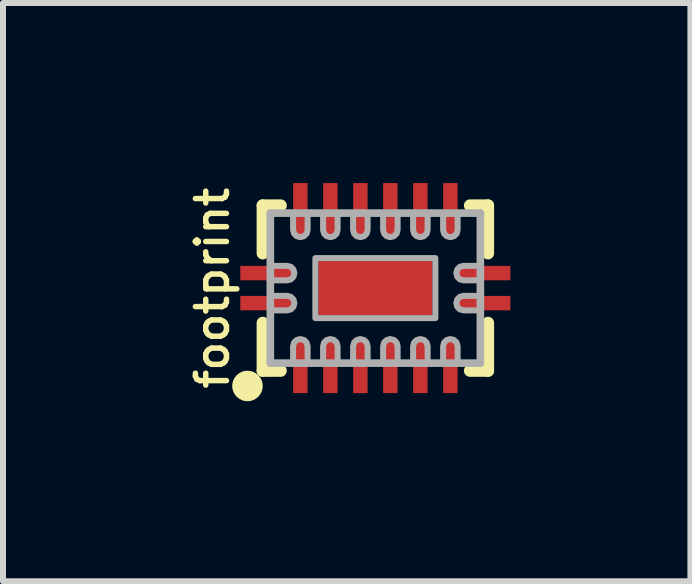
<source format=kicad_pcb>
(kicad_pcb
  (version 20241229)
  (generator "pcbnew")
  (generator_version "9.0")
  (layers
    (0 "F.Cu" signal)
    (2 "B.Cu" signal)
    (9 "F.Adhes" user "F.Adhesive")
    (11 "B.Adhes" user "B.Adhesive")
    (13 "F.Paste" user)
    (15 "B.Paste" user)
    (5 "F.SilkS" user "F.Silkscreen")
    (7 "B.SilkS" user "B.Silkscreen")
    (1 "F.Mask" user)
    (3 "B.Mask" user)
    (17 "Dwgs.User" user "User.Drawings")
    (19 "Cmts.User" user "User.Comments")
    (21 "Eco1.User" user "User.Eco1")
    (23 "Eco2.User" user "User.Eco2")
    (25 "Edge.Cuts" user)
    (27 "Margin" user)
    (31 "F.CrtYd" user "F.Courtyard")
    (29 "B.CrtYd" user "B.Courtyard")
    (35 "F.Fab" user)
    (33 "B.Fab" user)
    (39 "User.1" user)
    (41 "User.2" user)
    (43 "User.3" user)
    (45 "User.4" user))
  (footprint "footprint"
    (layer "F.Cu")
    (at 3.205 1.751)
    (property "Reference" "footprint" (at -2.413 0 90) (layer "F.SilkS") (effects (font (size 0.518 0.518) (thickness 0.091)) (justify bottom)))
    (fp_line (start -1.877 -1.377) (end -1.877 -0.579) (stroke (width 0.203) (type solid)) (layer "F.SilkS"))
    (fp_line (start -1.877 0.579) (end -1.877 1.377) (stroke (width 0.203) (type solid)) (layer "F.SilkS"))
    (fp_line (start -1.877 1.377) (end -1.577 1.377) (stroke (width 0.203) (type solid)) (layer "F.SilkS"))
    (fp_line (start -1.577 -1.377) (end -1.877 -1.377) (stroke (width 0.203) (type solid)) (layer "F.SilkS"))
    (fp_line (start 1.577 1.377) (end 1.877 1.377) (stroke (width 0.203) (type solid)) (layer "F.SilkS"))
    (fp_line (start 1.877 -1.377) (end 1.577 -1.377) (stroke (width 0.203) (type solid)) (layer "F.SilkS"))
    (fp_line (start 1.877 -0.579) (end 1.877 -1.377) (stroke (width 0.203) (type solid)) (layer "F.SilkS"))
    (fp_line (start 1.877 1.377) (end 1.877 0.579) (stroke (width 0.203) (type solid)) (layer "F.SilkS"))
    (fp_circle (center -2.131 1.631) (end -2.004 1.631) (stroke (width 0.254) (type solid)) (fill yes) (layer "F.SilkS"))
    (fp_poly (pts (xy -1.375 -0.345) (xy -2.225 -0.345) (xy -2.225 -0.155) (xy -1.375 -0.155)) (stroke (width 0) (type solid)) (fill yes) (layer "F.Paste"))
    (fp_poly (pts (xy -1.375 0.155) (xy -2.225 0.155) (xy -2.225 0.345) (xy -1.375 0.345)) (stroke (width 0) (type solid)) (fill yes) (layer "F.Paste"))
    (fp_poly (pts (xy -1.345 0.875) (xy -1.345 1.725) (xy -1.155 1.725) (xy -1.155 0.875)) (stroke (width 0) (type solid)) (fill yes) (layer "F.Paste"))
    (fp_poly (pts (xy -1.155 -0.875) (xy -1.155 -1.725) (xy -1.345 -1.725) (xy -1.345 -0.875)) (stroke (width 0) (type solid)) (fill yes) (layer "F.Paste"))
    (fp_poly (pts (xy -0.845 0.875) (xy -0.845 1.725) (xy -0.655 1.725) (xy -0.655 0.875)) (stroke (width 0) (type solid)) (fill yes) (layer "F.Paste"))
    (fp_poly (pts (xy -0.655 -0.875) (xy -0.655 -1.725) (xy -0.845 -1.725) (xy -0.845 -0.875)) (stroke (width 0) (type solid)) (fill yes) (layer "F.Paste"))
    (fp_poly (pts (xy -0.345 0.875) (xy -0.345 1.725) (xy -0.155 1.725) (xy -0.155 0.875)) (stroke (width 0) (type solid)) (fill yes) (layer "F.Paste"))
    (fp_poly (pts (xy -0.155 -0.875) (xy -0.155 -1.725) (xy -0.345 -1.725) (xy -0.345 -0.875)) (stroke (width 0) (type solid)) (fill yes) (layer "F.Paste"))
    (fp_poly (pts (xy -0.15 -0.2) (xy -0.55 -0.2) (xy -0.55 0.2) (xy -0.15 0.2)) (stroke (width 0) (type solid)) (fill yes) (layer "F.Paste"))
    (fp_poly (pts (xy 0.15 0.2) (xy 0.55 0.2) (xy 0.55 -0.2) (xy 0.15 -0.2)) (stroke (width 0) (type solid)) (fill yes) (layer "F.Paste"))
    (fp_poly (pts (xy 0.155 0.875) (xy 0.155 1.725) (xy 0.345 1.725) (xy 0.345 0.875)) (stroke (width 0) (type solid)) (fill yes) (layer "F.Paste"))
    (fp_poly (pts (xy 0.345 -0.875) (xy 0.345 -1.725) (xy 0.155 -1.725) (xy 0.155 -0.875)) (stroke (width 0) (type solid)) (fill yes) (layer "F.Paste"))
    (fp_poly (pts (xy 0.655 0.875) (xy 0.655 1.725) (xy 0.845 1.725) (xy 0.845 0.875)) (stroke (width 0) (type solid)) (fill yes) (layer "F.Paste"))
    (fp_poly (pts (xy 0.845 -0.875) (xy 0.845 -1.725) (xy 0.655 -1.725) (xy 0.655 -0.875)) (stroke (width 0) (type solid)) (fill yes) (layer "F.Paste"))
    (fp_poly (pts (xy 1.155 0.875) (xy 1.155 1.725) (xy 1.345 1.725) (xy 1.345 0.875)) (stroke (width 0) (type solid)) (fill yes) (layer "F.Paste"))
    (fp_poly (pts (xy 1.345 -0.875) (xy 1.345 -1.725) (xy 1.155 -1.725) (xy 1.155 -0.875)) (stroke (width 0) (type solid)) (fill yes) (layer "F.Paste"))
    (fp_poly (pts (xy 1.375 -0.155) (xy 2.225 -0.155) (xy 2.225 -0.345) (xy 1.375 -0.345)) (stroke (width 0) (type solid)) (fill yes) (layer "F.Paste"))
    (fp_poly (pts (xy 1.375 0.345) (xy 2.225 0.345) (xy 2.225 0.155) (xy 1.375 0.155)) (stroke (width 0) (type solid)) (fill yes) (layer "F.Paste"))
    (fp_line (start -1.75 -1.25) (end -1.75 1.25) (stroke (width 0.127) (type solid)) (layer "F.Fab"))
    (fp_line (start -1.75 1.25) (end 1.75 1.25) (stroke (width 0.127) (type solid)) (layer "F.Fab"))
    (fp_line (start 1.75 -1.25) (end -1.75 -1.25) (stroke (width 0.127) (type solid)) (layer "F.Fab"))
    (fp_line (start 1.75 1.25) (end 1.75 -1.25) (stroke (width 0.127) (type solid)) (layer "F.Fab"))
    (fp_poly (pts (xy -1 0.5) (xy 1 0.5) (xy 1 -0.5) (xy -1 -0.5)) (stroke (width 0.1) (type solid)) (fill no) (layer "F.Fab"))
    (fp_poly (pts (xy -1.409 -0.355) (xy -1.365 -0.311) (xy -1.349 -0.25) (xy -1.365 -0.189) (xy -1.409 -0.145) (xy -1.47 -0.129) (xy -1.751 -0.129) (xy -1.751 -0.371) (xy -1.47 -0.371)) (stroke (width 0.1) (type solid)) (fill no) (layer "F.Fab"))
    (fp_poly (pts (xy -1.409 0.145) (xy -1.365 0.189) (xy -1.349 0.25) (xy -1.365 0.311) (xy -1.409 0.355) (xy -1.47 0.371) (xy -1.751 0.371) (xy -1.751 0.129) (xy -1.47 0.129)) (stroke (width 0.1) (type solid)) (fill no) (layer "F.Fab"))
    (fp_poly (pts (xy -1.189 0.865) (xy -1.145 0.909) (xy -1.129 0.97) (xy -1.129 1.251) (xy -1.371 1.251) (xy -1.371 0.97) (xy -1.355 0.909) (xy -1.311 0.865) (xy -1.25 0.849)) (stroke (width 0.1) (type solid)) (fill no) (layer "F.Fab"))
    (fp_poly (pts (xy -1.129 -0.97) (xy -1.145 -0.909) (xy -1.189 -0.865) (xy -1.25 -0.849) (xy -1.311 -0.865) (xy -1.355 -0.909) (xy -1.371 -0.97) (xy -1.371 -1.251) (xy -1.129 -1.251)) (stroke (width 0.1) (type solid)) (fill no) (layer "F.Fab"))
    (fp_poly (pts (xy -0.689 0.865) (xy -0.645 0.909) (xy -0.629 0.97) (xy -0.629 1.251) (xy -0.871 1.251) (xy -0.871 0.97) (xy -0.855 0.909) (xy -0.811 0.865) (xy -0.75 0.849)) (stroke (width 0.1) (type solid)) (fill no) (layer "F.Fab"))
    (fp_poly (pts (xy -0.629 -0.97) (xy -0.645 -0.909) (xy -0.689 -0.865) (xy -0.75 -0.849) (xy -0.811 -0.865) (xy -0.855 -0.909) (xy -0.871 -0.97) (xy -0.871 -1.251) (xy -0.629 -1.251)) (stroke (width 0.1) (type solid)) (fill no) (layer "F.Fab"))
    (fp_poly (pts (xy -0.189 0.865) (xy -0.145 0.909) (xy -0.129 0.97) (xy -0.129 1.251) (xy -0.371 1.251) (xy -0.371 0.97) (xy -0.355 0.909) (xy -0.311 0.865) (xy -0.25 0.849)) (stroke (width 0.1) (type solid)) (fill no) (layer "F.Fab"))
    (fp_poly (pts (xy -0.129 -0.97) (xy -0.145 -0.909) (xy -0.189 -0.865) (xy -0.25 -0.849) (xy -0.311 -0.865) (xy -0.355 -0.909) (xy -0.371 -0.97) (xy -0.371 -1.251) (xy -0.129 -1.251)) (stroke (width 0.1) (type solid)) (fill no) (layer "F.Fab"))
    (fp_poly (pts (xy 0.311 0.865) (xy 0.355 0.909) (xy 0.371 0.97) (xy 0.371 1.251) (xy 0.129 1.251) (xy 0.129 0.97) (xy 0.145 0.909) (xy 0.189 0.865) (xy 0.25 0.849)) (stroke (width 0.1) (type solid)) (fill no) (layer "F.Fab"))
    (fp_poly (pts (xy 0.371 -0.97) (xy 0.355 -0.909) (xy 0.311 -0.865) (xy 0.25 -0.849) (xy 0.189 -0.865) (xy 0.145 -0.909) (xy 0.129 -0.97) (xy 0.129 -1.251) (xy 0.371 -1.251)) (stroke (width 0.1) (type solid)) (fill no) (layer "F.Fab"))
    (fp_poly (pts (xy 0.811 0.865) (xy 0.855 0.909) (xy 0.871 0.97) (xy 0.871 1.251) (xy 0.629 1.251) (xy 0.629 0.97) (xy 0.645 0.909) (xy 0.689 0.865) (xy 0.75 0.849)) (stroke (width 0.1) (type solid)) (fill no) (layer "F.Fab"))
    (fp_poly (pts (xy 0.871 -0.97) (xy 0.855 -0.909) (xy 0.811 -0.865) (xy 0.75 -0.849) (xy 0.689 -0.865) (xy 0.645 -0.909) (xy 0.629 -0.97) (xy 0.629 -1.251) (xy 0.871 -1.251)) (stroke (width 0.1) (type solid)) (fill no) (layer "F.Fab"))
    (fp_poly (pts (xy 1.311 0.865) (xy 1.355 0.909) (xy 1.371 0.97) (xy 1.371 1.251) (xy 1.129 1.251) (xy 1.129 0.97) (xy 1.145 0.909) (xy 1.189 0.865) (xy 1.25 0.849)) (stroke (width 0.1) (type solid)) (fill no) (layer "F.Fab"))
    (fp_poly (pts (xy 1.371 -0.97) (xy 1.355 -0.909) (xy 1.311 -0.865) (xy 1.25 -0.849) (xy 1.189 -0.865) (xy 1.145 -0.909) (xy 1.129 -0.97) (xy 1.129 -1.251) (xy 1.371 -1.251)) (stroke (width 0.1) (type solid)) (fill no) (layer "F.Fab"))
    (fp_poly (pts (xy 1.751 -0.129) (xy 1.47 -0.129) (xy 1.409 -0.145) (xy 1.365 -0.189) (xy 1.349 -0.25) (xy 1.365 -0.311) (xy 1.409 -0.355) (xy 1.47 -0.371) (xy 1.751 -0.371)) (stroke (width 0.1) (type solid)) (fill no) (layer "F.Fab"))
    (fp_poly (pts (xy 1.751 0.371) (xy 1.47 0.371) (xy 1.409 0.355) (xy 1.365 0.311) (xy 1.349 0.25) (xy 1.365 0.189) (xy 1.409 0.145) (xy 1.47 0.129) (xy 1.751 0.129)) (stroke (width 0.1) (type solid)) (fill no) (layer "F.Fab"))
    (pad "1" smd rect (at -1.8 0.25) (size 0.9 0.24) (layers "F.Cu" "F.Mask"))
    (pad "2" smd rect (at -1.25 1.3 90) (size 0.9 0.24) (layers "F.Cu" "F.Mask"))
    (pad "3" smd rect (at -0.75 1.3 90) (size 0.9 0.24) (layers "F.Cu" "F.Mask"))
    (pad "4" smd rect (at -0.25 1.3 90) (size 0.9 0.24) (layers "F.Cu" "F.Mask"))
    (pad "5" smd rect (at 0.25 1.3 90) (size 0.9 0.24) (layers "F.Cu" "F.Mask"))
    (pad "6" smd rect (at 0.75 1.3 90) (size 0.9 0.24) (layers "F.Cu" "F.Mask"))
    (pad "7" smd rect (at 1.25 1.3 90) (size 0.9 0.24) (layers "F.Cu" "F.Mask"))
    (pad "8" smd rect (at 1.8 0.25 180) (size 0.9 0.24) (layers "F.Cu" "F.Mask"))
    (pad "9" smd rect (at 1.8 -0.25 180) (size 0.9 0.24) (layers "F.Cu" "F.Mask"))
    (pad "10" smd rect (at 1.25 -1.3 270) (size 0.9 0.24) (layers "F.Cu" "F.Mask"))
    (pad "11" smd rect (at 0.75 -1.3 270) (size 0.9 0.24) (layers "F.Cu" "F.Mask"))
    (pad "12" smd rect (at 0.25 -1.3 270) (size 0.9 0.24) (layers "F.Cu" "F.Mask"))
    (pad "13" smd rect (at -0.25 -1.3 270) (size 0.9 0.24) (layers "F.Cu" "F.Mask"))
    (pad "14" smd rect (at -0.75 -1.3 270) (size 0.9 0.24) (layers "F.Cu" "F.Mask"))
    (pad "15" smd rect (at -1.25 -1.3 270) (size 0.9 0.24) (layers "F.Cu" "F.Mask"))
    (pad "16" smd rect (at -1.8 -0.25) (size 0.9 0.24) (layers "F.Cu" "F.Mask"))
    (pad "EP" smd rect (at 0 0) (size 1.9 0.9) (layers "F.Cu" "F.Mask")))
  (gr_rect
    (start -3 -3)
    (end 8.455 6.636)
    (stroke (width 0.1) (type default))
    (fill no)
    (layer "Edge.Cuts")))
</source>
